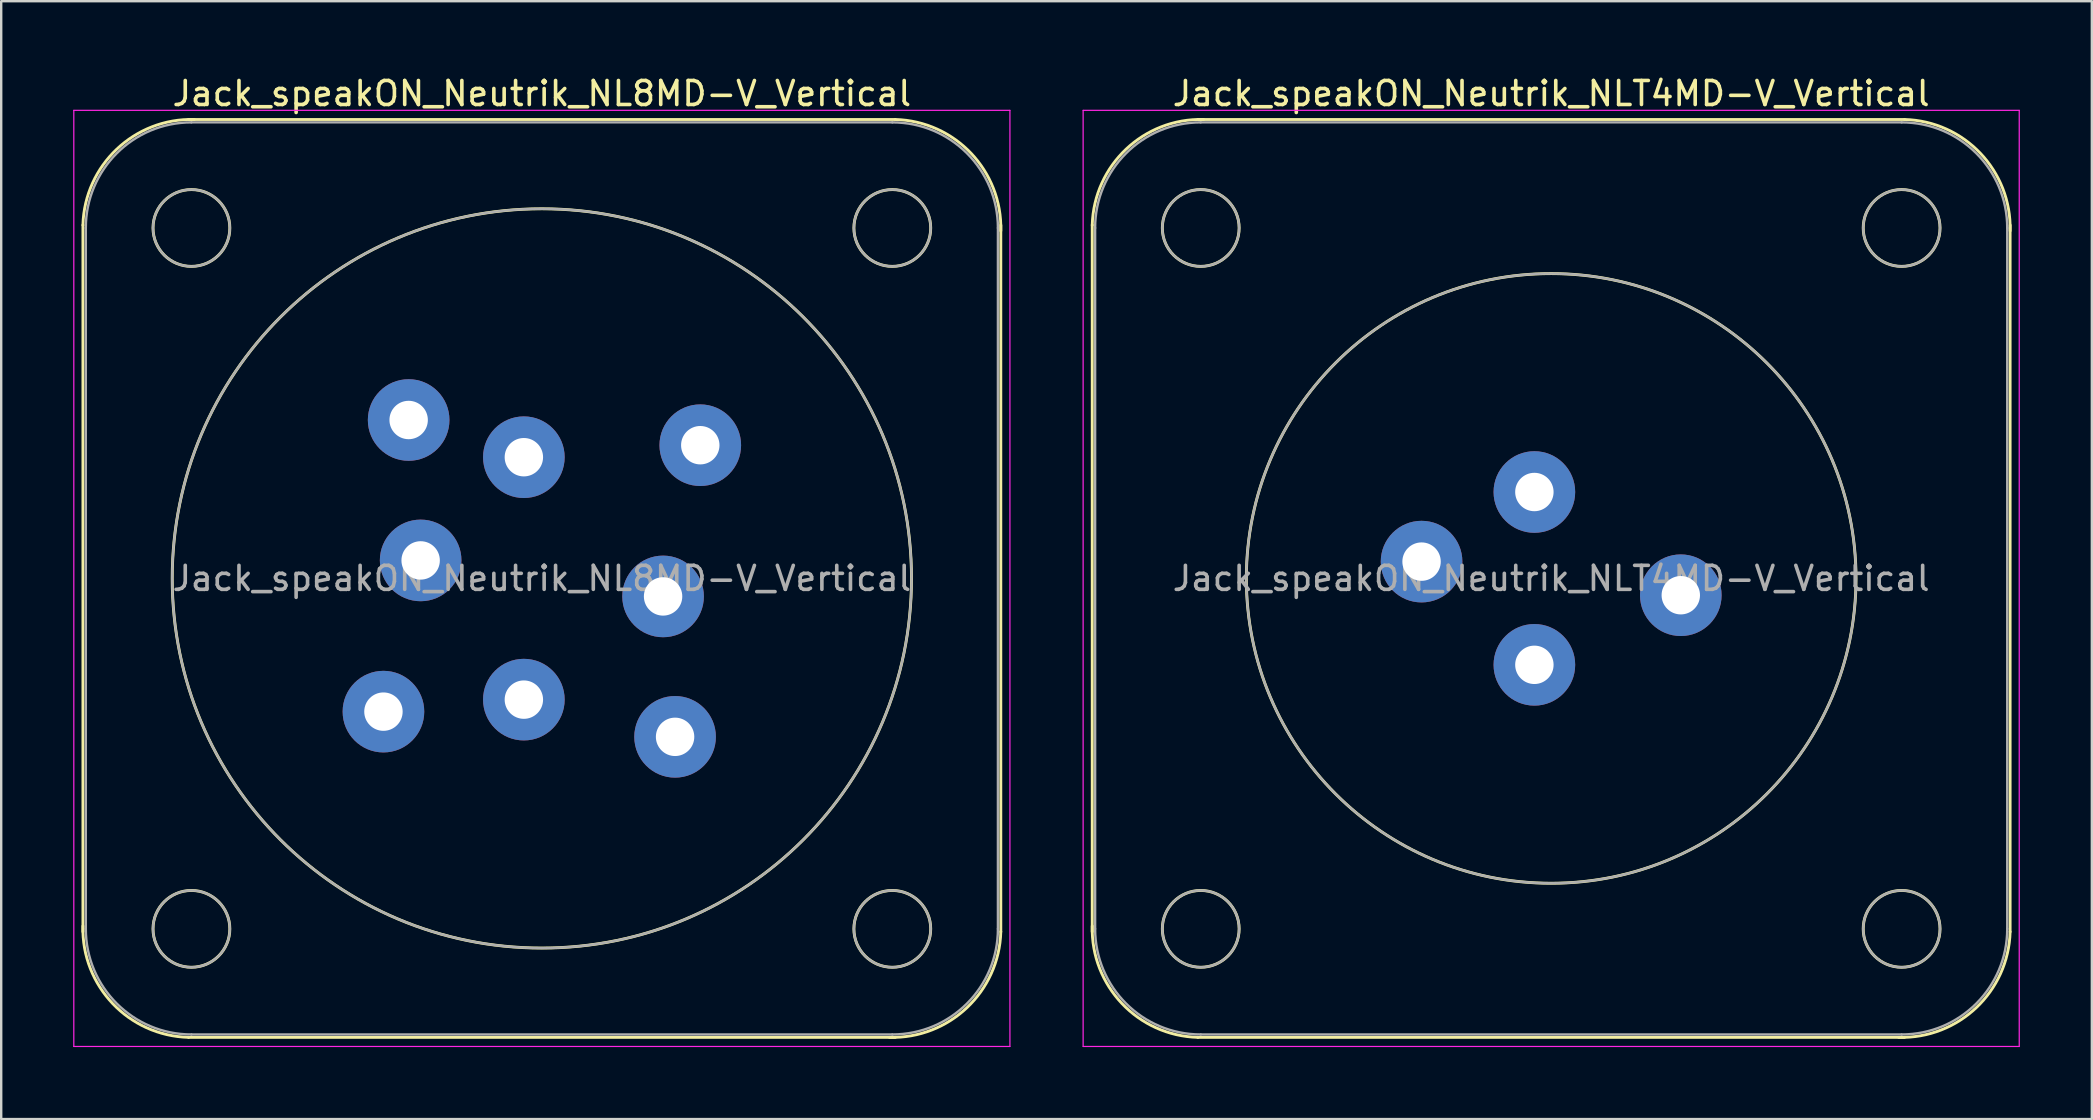
<source format=kicad_pcb>
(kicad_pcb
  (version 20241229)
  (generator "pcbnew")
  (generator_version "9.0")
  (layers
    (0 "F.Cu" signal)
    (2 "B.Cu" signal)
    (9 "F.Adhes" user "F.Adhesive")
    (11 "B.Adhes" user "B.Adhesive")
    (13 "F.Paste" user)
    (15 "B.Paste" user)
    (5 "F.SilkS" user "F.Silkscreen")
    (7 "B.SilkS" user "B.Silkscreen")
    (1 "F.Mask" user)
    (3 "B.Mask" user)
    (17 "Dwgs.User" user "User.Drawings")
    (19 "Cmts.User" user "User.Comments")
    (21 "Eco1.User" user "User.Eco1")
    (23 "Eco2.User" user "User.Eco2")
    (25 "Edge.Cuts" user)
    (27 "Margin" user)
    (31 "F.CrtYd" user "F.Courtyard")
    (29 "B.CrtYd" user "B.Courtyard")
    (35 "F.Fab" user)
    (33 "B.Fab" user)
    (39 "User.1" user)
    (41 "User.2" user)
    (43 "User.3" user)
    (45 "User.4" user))
  (footprint "Jack_speakON_Neutrik_NLT4MD-V_Vertical"
    (layer "F.Cu")
    (at 60.875 17.448)
    (property "Reference" "Jack_speakON_Neutrik_NLT4MD-V_Vertical" (at 0.7 -16.6 0) (layer "F.SilkS") (effects (font (size 1 1) (thickness 0.15))))
    (attr through_hole)
    (fp_line (start -18.42 18.32) (end -18.42 -11.12) (stroke (width 0.12) (type solid)) (layer "F.SilkS"))
    (fp_line (start -14.02 -15.52) (end 15.42 -15.52) (stroke (width 0.12) (type solid)) (layer "F.SilkS"))
    (fp_line (start -14.02 22.72) (end 15.42 22.72) (stroke (width 0.12) (type solid)) (layer "F.SilkS"))
    (fp_line (start 19.82 18.32) (end 19.82 -11.12) (stroke (width 0.12) (type solid)) (layer "F.SilkS"))
    (fp_arc (start -18.42 -11.12) (mid -17.01127 -14.280975) (end -13.78 -15.52) (stroke (width 0.12) (type solid)) (layer "F.SilkS"))
    (fp_arc (start -14.02 22.72) (mid -17.180975 21.31127) (end -18.42 18.08) (stroke (width 0.12) (type solid)) (layer "F.SilkS"))
    (fp_arc (start 15.42 -15.52) (mid 18.580975 -14.11127) (end 19.82 -10.88) (stroke (width 0.12) (type solid)) (layer "F.SilkS"))
    (fp_arc (start 19.82 18.32) (mid 18.41127 21.480975) (end 15.18 22.72) (stroke (width 0.12) (type solid)) (layer "F.SilkS"))
    (fp_circle (center -13.9 -11) (end -12.3 -11) (stroke (width 0.12) (type solid)) (fill no) (layer "F.SilkS"))
    (fp_circle (center -13.9 18.2) (end -12.3 18.2) (stroke (width 0.12) (type solid)) (fill no) (layer "F.SilkS"))
    (fp_circle (center 0.7 3.6) (end 13.4 3.6) (stroke (width 0.12) (type solid)) (fill no) (layer "F.SilkS"))
    (fp_circle (center 15.3 -11) (end 16.9 -11) (stroke (width 0.12) (type solid)) (fill no) (layer "F.SilkS"))
    (fp_circle (center 15.3 18.2) (end 16.9 18.2) (stroke (width 0.12) (type solid)) (fill no) (layer "F.SilkS"))
    (fp_line (start -18.8 -15.9) (end 20.2 -15.9) (stroke (width 0.05) (type solid)) (layer "F.CrtYd"))
    (fp_line (start -18.8 23.1) (end -18.8 -15.9) (stroke (width 0.05) (type solid)) (layer "F.CrtYd"))
    (fp_line (start -18.8 23.1) (end 20.2 23.1) (stroke (width 0.05) (type solid)) (layer "F.CrtYd"))
    (fp_line (start 20.2 23.1) (end 20.2 -15.9) (stroke (width 0.05) (type solid)) (layer "F.CrtYd"))
    (fp_line (start -18.3 18.2) (end -18.3 -11) (stroke (width 0.1) (type solid)) (layer "F.Fab"))
    (fp_line (start -13.9 -15.4) (end 15.3 -15.4) (stroke (width 0.1) (type solid)) (layer "F.Fab"))
    (fp_line (start -13.9 22.6) (end 15.3 22.6) (stroke (width 0.1) (type solid)) (layer "F.Fab"))
    (fp_line (start 19.7 18.2) (end 19.7 -11) (stroke (width 0.1) (type solid)) (layer "F.Fab"))
    (fp_arc (start -18.3 -11) (mid -17.01127 -14.11127) (end -13.9 -15.4) (stroke (width 0.1) (type solid)) (layer "F.Fab"))
    (fp_arc (start -13.9 22.6) (mid -17.01127 21.31127) (end -18.3 18.2) (stroke (width 0.1) (type solid)) (layer "F.Fab"))
    (fp_arc (start 15.3 -15.4) (mid 18.41127 -14.11127) (end 19.7 -11) (stroke (width 0.1) (type solid)) (layer "F.Fab"))
    (fp_arc (start 19.7 18.2) (mid 18.41127 21.31127) (end 15.3 22.6) (stroke (width 0.1) (type solid)) (layer "F.Fab"))
    (fp_circle (center -13.9 -11) (end -12.3 -11) (stroke (width 0.1) (type solid)) (fill no) (layer "F.Fab"))
    (fp_circle (center -13.9 18.2) (end -12.3 18.2) (stroke (width 0.1) (type solid)) (fill no) (layer "F.Fab"))
    (fp_circle (center 0.7 3.6) (end 13.4 3.6) (stroke (width 0.1) (type solid)) (fill no) (layer "F.Fab"))
    (fp_circle (center 15.3 -11) (end 13.7 -11) (stroke (width 0.1) (type solid)) (fill no) (layer "F.Fab"))
    (fp_circle (center 15.3 18.2) (end 13.7 18.2) (stroke (width 0.1) (type solid)) (fill no) (layer "F.Fab"))
    (fp_text user "${REFERENCE}" (at 0.7 3.6 0) (layer "F.Fab") (effects (font (size 1 1) (thickness 0.15))))
    (pad "1+" thru_hole circle (at 0 0) (size 3.4 3.4) (drill 1.6) (layers "*.Cu" "*.Mask"))
    (pad "1-" thru_hole circle (at -4.7 2.9) (size 3.4 3.4) (drill 1.6) (layers "*.Cu" "*.Mask"))
    (pad "2+" thru_hole circle (at 0 7.2) (size 3.4 3.4) (drill 1.6) (layers "*.Cu" "*.Mask"))
    (pad "2-" thru_hole circle (at 6.1 4.3) (size 3.4 3.4) (drill 1.6) (layers "*.Cu" "*.Mask")))
  (footprint "Jack_speakON_Neutrik_NL8MD-V_Vertical"
    (layer "F.Cu")
    (at 18.775 15.998)
    (property "Reference" "Jack_speakON_Neutrik_NL8MD-V_Vertical" (at 0.75 -15.15 0) (layer "F.SilkS") (effects (font (size 1 1) (thickness 0.15))))
    (attr through_hole)
    (fp_line (start -18.37 19.77) (end -18.37 -9.67) (stroke (width 0.12) (type solid)) (layer "F.SilkS"))
    (fp_line (start -13.97 -14.07) (end 15.47 -14.07) (stroke (width 0.12) (type solid)) (layer "F.SilkS"))
    (fp_line (start -13.97 24.17) (end 15.47 24.17) (stroke (width 0.12) (type solid)) (layer "F.SilkS"))
    (fp_line (start 19.87 19.77) (end 19.87 -9.67) (stroke (width 0.12) (type solid)) (layer "F.SilkS"))
    (fp_arc (start -18.37 -9.67) (mid -16.96127 -12.830975) (end -13.73 -14.07) (stroke (width 0.12) (type solid)) (layer "F.SilkS"))
    (fp_arc (start -13.97 24.17) (mid -17.130975 22.76127) (end -18.37 19.53) (stroke (width 0.12) (type solid)) (layer "F.SilkS"))
    (fp_arc (start 15.47 -14.07) (mid 18.630975 -12.66127) (end 19.87 -9.43) (stroke (width 0.12) (type solid)) (layer "F.SilkS"))
    (fp_arc (start 19.87 19.77) (mid 18.46127 22.930975) (end 15.23 24.17) (stroke (width 0.12) (type solid)) (layer "F.SilkS"))
    (fp_circle (center -13.85 -9.55) (end -12.25 -9.55) (stroke (width 0.12) (type solid)) (fill no) (layer "F.SilkS"))
    (fp_circle (center -13.85 19.65) (end -12.25 19.65) (stroke (width 0.12) (type solid)) (fill no) (layer "F.SilkS"))
    (fp_circle (center 0.75 5.05) (end 16.15 5.05) (stroke (width 0.12) (type solid)) (fill no) (layer "F.SilkS"))
    (fp_circle (center 15.35 -9.55) (end 16.95 -9.55) (stroke (width 0.12) (type solid)) (fill no) (layer "F.SilkS"))
    (fp_circle (center 15.35 19.65) (end 16.95 19.65) (stroke (width 0.12) (type solid)) (fill no) (layer "F.SilkS"))
    (fp_line (start -18.75 -14.45) (end 20.25 -14.45) (stroke (width 0.05) (type solid)) (layer "F.CrtYd"))
    (fp_line (start -18.75 24.55) (end -18.75 -14.45) (stroke (width 0.05) (type solid)) (layer "F.CrtYd"))
    (fp_line (start -18.75 24.55) (end 20.25 24.55) (stroke (width 0.05) (type solid)) (layer "F.CrtYd"))
    (fp_line (start 20.25 24.55) (end 20.25 -14.45) (stroke (width 0.05) (type solid)) (layer "F.CrtYd"))
    (fp_line (start -18.25 19.65) (end -18.25 -9.55) (stroke (width 0.1) (type solid)) (layer "F.Fab"))
    (fp_line (start -13.85 -13.95) (end 15.35 -13.95) (stroke (width 0.1) (type solid)) (layer "F.Fab"))
    (fp_line (start -13.85 24.05) (end 15.35 24.05) (stroke (width 0.1) (type solid)) (layer "F.Fab"))
    (fp_line (start 19.75 19.65) (end 19.75 -9.55) (stroke (width 0.1) (type solid)) (layer "F.Fab"))
    (fp_arc (start -18.25 -9.55) (mid -16.96127 -12.66127) (end -13.85 -13.95) (stroke (width 0.1) (type solid)) (layer "F.Fab"))
    (fp_arc (start -13.85 24.05) (mid -16.96127 22.76127) (end -18.25 19.65) (stroke (width 0.1) (type solid)) (layer "F.Fab"))
    (fp_arc (start 15.35 -13.95) (mid 18.46127 -12.66127) (end 19.75 -9.55) (stroke (width 0.1) (type solid)) (layer "F.Fab"))
    (fp_arc (start 19.75 19.65) (mid 18.46127 22.76127) (end 15.35 24.05) (stroke (width 0.1) (type solid)) (layer "F.Fab"))
    (fp_circle (center -13.85 -9.55) (end -12.25 -9.55) (stroke (width 0.1) (type solid)) (fill no) (layer "F.Fab"))
    (fp_circle (center -13.85 19.65) (end -12.25 19.65) (stroke (width 0.1) (type solid)) (fill no) (layer "F.Fab"))
    (fp_circle (center 0.75 5.05) (end 16.15 5.05) (stroke (width 0.1) (type solid)) (fill no) (layer "F.Fab"))
    (fp_circle (center 15.35 -9.55) (end 13.75 -9.55) (stroke (width 0.1) (type solid)) (fill no) (layer "F.Fab"))
    (fp_circle (center 15.35 19.65) (end 13.75 19.65) (stroke (width 0.1) (type solid)) (fill no) (layer "F.Fab"))
    (fp_text user "${REFERENCE}" (at 0.75 5.05 0) (layer "F.Fab") (effects (font (size 1 1) (thickness 0.15))))
    (pad "1+" thru_hole circle (at 0 0) (size 3.4 3.4) (drill 1.6) (layers "*.Cu" "*.Mask"))
    (pad "1-" thru_hole circle (at -4.8 -1.55) (size 3.4 3.4) (drill 1.6) (layers "*.Cu" "*.Mask"))
    (pad "2+" thru_hole circle (at -4.3 4.3) (size 3.4 3.4) (drill 1.6) (layers "*.Cu" "*.Mask"))
    (pad "2-" thru_hole circle (at -5.85 10.6) (size 3.4 3.4) (drill 1.6) (layers "*.Cu" "*.Mask"))
    (pad "3+" thru_hole circle (at 0 10.1) (size 3.4 3.4) (drill 1.6) (layers "*.Cu" "*.Mask"))
    (pad "3-" thru_hole circle (at 6.3 11.65) (size 3.4 3.4) (drill 1.6) (layers "*.Cu" "*.Mask"))
    (pad "4+" thru_hole circle (at 5.8 5.8) (size 3.4 3.4) (drill 1.6) (layers "*.Cu" "*.Mask"))
    (pad "4-" thru_hole circle (at 7.35 -0.5) (size 3.4 3.4) (drill 1.6) (layers "*.Cu" "*.Mask")))
  (gr_rect
    (start -3 -3)
    (end 84.1 43.573)
    (stroke (width 0.1) (type default))
    (fill no)
    (layer "Edge.Cuts")))
</source>
